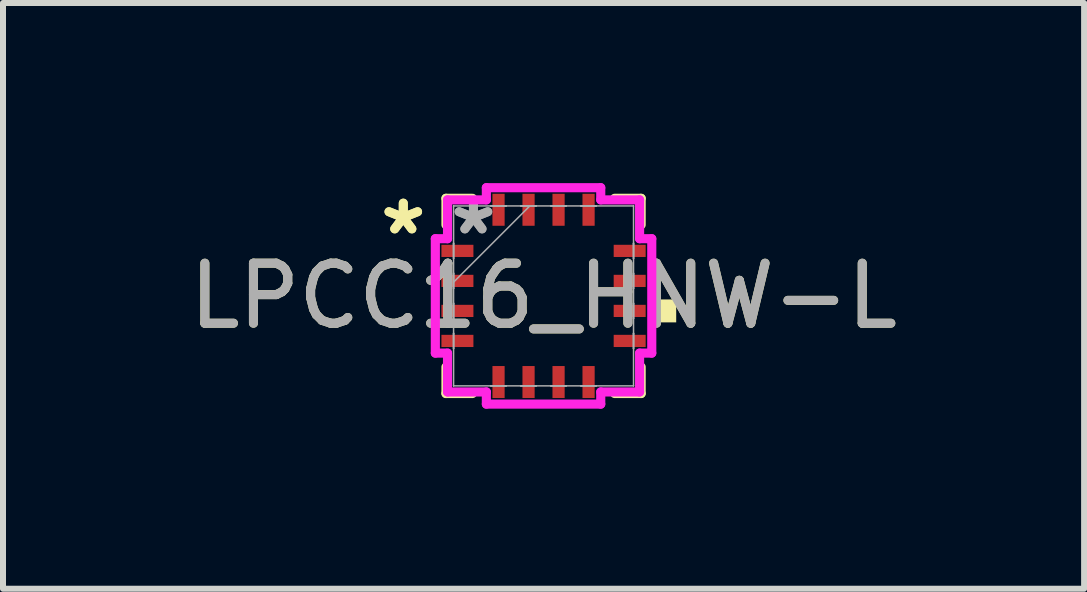
<source format=kicad_pcb>
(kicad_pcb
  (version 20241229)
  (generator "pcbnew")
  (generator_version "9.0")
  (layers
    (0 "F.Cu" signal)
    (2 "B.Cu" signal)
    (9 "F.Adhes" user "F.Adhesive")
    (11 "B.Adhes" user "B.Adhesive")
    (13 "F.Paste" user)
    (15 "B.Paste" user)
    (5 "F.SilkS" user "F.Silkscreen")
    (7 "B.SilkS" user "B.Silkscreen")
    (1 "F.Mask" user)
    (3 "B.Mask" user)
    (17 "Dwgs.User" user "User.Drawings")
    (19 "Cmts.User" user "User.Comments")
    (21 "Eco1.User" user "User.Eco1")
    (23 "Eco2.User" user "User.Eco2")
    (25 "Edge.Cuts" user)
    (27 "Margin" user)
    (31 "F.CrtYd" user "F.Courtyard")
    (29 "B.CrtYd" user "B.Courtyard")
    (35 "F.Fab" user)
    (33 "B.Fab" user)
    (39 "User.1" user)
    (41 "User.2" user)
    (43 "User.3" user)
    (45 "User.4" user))
  (footprint "LPCC16_HNW-L"
    (layer "F.Cu")
    (at 6.006 1.88)
    (property "Reference" "LPCC16_HNW-L" (at 0 0 0) (unlocked yes) (layer "F.SilkS") (effects (font (size 1 1) (thickness 0.15))))
    (attr smd)
    (fp_line (start -1.626 -1.626) (end -1.626 -1.184) (stroke (width 0.152) (type solid)) (layer "F.SilkS"))
    (fp_line (start -1.626 1.184) (end -1.626 1.626) (stroke (width 0.152) (type solid)) (layer "F.SilkS"))
    (fp_line (start -1.626 1.626) (end -1.184 1.626) (stroke (width 0.152) (type solid)) (layer "F.SilkS"))
    (fp_line (start -1.184 -1.626) (end -1.626 -1.626) (stroke (width 0.152) (type solid)) (layer "F.SilkS"))
    (fp_line (start 1.184 1.626) (end 1.626 1.626) (stroke (width 0.152) (type solid)) (layer "F.SilkS"))
    (fp_line (start 1.626 -1.626) (end 1.184 -1.626) (stroke (width 0.152) (type solid)) (layer "F.SilkS"))
    (fp_line (start 1.626 -1.184) (end 1.626 -1.626) (stroke (width 0.152) (type solid)) (layer "F.SilkS"))
    (fp_line (start 1.626 1.626) (end 1.626 1.184) (stroke (width 0.152) (type solid)) (layer "F.SilkS"))
    (fp_poly (pts (xy 2.21 0.059) (xy 2.21 0.441) (xy 1.956 0.441) (xy 1.956 0.059)) (stroke (width 0) (type solid)) (fill yes) (layer "F.SilkS"))
    (fp_line (start -1.803 -0.953) (end -1.6 -0.953) (stroke (width 0.152) (type solid)) (layer "F.CrtYd"))
    (fp_line (start -1.803 0.953) (end -1.803 -0.953) (stroke (width 0.152) (type solid)) (layer "F.CrtYd"))
    (fp_line (start -1.6 -1.6) (end -0.953 -1.6) (stroke (width 0.152) (type solid)) (layer "F.CrtYd"))
    (fp_line (start -1.6 -0.953) (end -1.6 -1.6) (stroke (width 0.152) (type solid)) (layer "F.CrtYd"))
    (fp_line (start -1.6 0.953) (end -1.803 0.953) (stroke (width 0.152) (type solid)) (layer "F.CrtYd"))
    (fp_line (start -1.6 1.6) (end -1.6 0.953) (stroke (width 0.152) (type solid)) (layer "F.CrtYd"))
    (fp_line (start -0.953 -1.803) (end 0.953 -1.803) (stroke (width 0.152) (type solid)) (layer "F.CrtYd"))
    (fp_line (start -0.953 -1.6) (end -0.953 -1.803) (stroke (width 0.152) (type solid)) (layer "F.CrtYd"))
    (fp_line (start -0.953 1.6) (end -1.6 1.6) (stroke (width 0.152) (type solid)) (layer "F.CrtYd"))
    (fp_line (start -0.953 1.803) (end -0.953 1.6) (stroke (width 0.152) (type solid)) (layer "F.CrtYd"))
    (fp_line (start 0.953 -1.803) (end 0.953 -1.6) (stroke (width 0.152) (type solid)) (layer "F.CrtYd"))
    (fp_line (start 0.953 -1.6) (end 1.6 -1.6) (stroke (width 0.152) (type solid)) (layer "F.CrtYd"))
    (fp_line (start 0.953 1.6) (end 0.953 1.803) (stroke (width 0.152) (type solid)) (layer "F.CrtYd"))
    (fp_line (start 0.953 1.803) (end -0.953 1.803) (stroke (width 0.152) (type solid)) (layer "F.CrtYd"))
    (fp_line (start 1.6 -1.6) (end 1.6 -0.953) (stroke (width 0.152) (type solid)) (layer "F.CrtYd"))
    (fp_line (start 1.6 -0.953) (end 1.803 -0.953) (stroke (width 0.152) (type solid)) (layer "F.CrtYd"))
    (fp_line (start 1.6 0.953) (end 1.6 1.6) (stroke (width 0.152) (type solid)) (layer "F.CrtYd"))
    (fp_line (start 1.6 1.6) (end 0.953 1.6) (stroke (width 0.152) (type solid)) (layer "F.CrtYd"))
    (fp_line (start 1.803 -0.953) (end 1.803 0.953) (stroke (width 0.152) (type solid)) (layer "F.CrtYd"))
    (fp_line (start 1.803 0.953) (end 1.6 0.953) (stroke (width 0.152) (type solid)) (layer "F.CrtYd"))
    (fp_line (start -1.499 -1.499) (end -1.499 -1.499) (stroke (width 0.025) (type solid)) (layer "F.Fab"))
    (fp_line (start -1.499 -1.499) (end -1.499 1.499) (stroke (width 0.025) (type solid)) (layer "F.Fab"))
    (fp_line (start -1.499 -0.877) (end -1.499 -0.877) (stroke (width 0.025) (type solid)) (layer "F.Fab"))
    (fp_line (start -1.499 -0.877) (end -1.499 -0.623) (stroke (width 0.025) (type solid)) (layer "F.Fab"))
    (fp_line (start -1.499 -0.623) (end -1.499 -0.877) (stroke (width 0.025) (type solid)) (layer "F.Fab"))
    (fp_line (start -1.499 -0.623) (end -1.499 -0.623) (stroke (width 0.025) (type solid)) (layer "F.Fab"))
    (fp_line (start -1.499 -0.377) (end -1.499 -0.377) (stroke (width 0.025) (type solid)) (layer "F.Fab"))
    (fp_line (start -1.499 -0.377) (end -1.499 -0.123) (stroke (width 0.025) (type solid)) (layer "F.Fab"))
    (fp_line (start -1.499 -0.229) (end -0.229 -1.499) (stroke (width 0.025) (type solid)) (layer "F.Fab"))
    (fp_line (start -1.499 -0.123) (end -1.499 -0.377) (stroke (width 0.025) (type solid)) (layer "F.Fab"))
    (fp_line (start -1.499 -0.123) (end -1.499 -0.123) (stroke (width 0.025) (type solid)) (layer "F.Fab"))
    (fp_line (start -1.499 0.123) (end -1.499 0.123) (stroke (width 0.025) (type solid)) (layer "F.Fab"))
    (fp_line (start -1.499 0.123) (end -1.499 0.377) (stroke (width 0.025) (type solid)) (layer "F.Fab"))
    (fp_line (start -1.499 0.377) (end -1.499 0.123) (stroke (width 0.025) (type solid)) (layer "F.Fab"))
    (fp_line (start -1.499 0.377) (end -1.499 0.377) (stroke (width 0.025) (type solid)) (layer "F.Fab"))
    (fp_line (start -1.499 0.623) (end -1.499 0.623) (stroke (width 0.025) (type solid)) (layer "F.Fab"))
    (fp_line (start -1.499 0.623) (end -1.499 0.877) (stroke (width 0.025) (type solid)) (layer "F.Fab"))
    (fp_line (start -1.499 0.877) (end -1.499 0.623) (stroke (width 0.025) (type solid)) (layer "F.Fab"))
    (fp_line (start -1.499 0.877) (end -1.499 0.877) (stroke (width 0.025) (type solid)) (layer "F.Fab"))
    (fp_line (start -1.499 1.499) (end -1.499 1.499) (stroke (width 0.025) (type solid)) (layer "F.Fab"))
    (fp_line (start -1.499 1.499) (end 1.499 1.499) (stroke (width 0.025) (type solid)) (layer "F.Fab"))
    (fp_line (start -0.877 -1.499) (end -0.877 -1.499) (stroke (width 0.025) (type solid)) (layer "F.Fab"))
    (fp_line (start -0.877 -1.499) (end -0.623 -1.499) (stroke (width 0.025) (type solid)) (layer "F.Fab"))
    (fp_line (start -0.877 1.499) (end -0.877 1.499) (stroke (width 0.025) (type solid)) (layer "F.Fab"))
    (fp_line (start -0.877 1.499) (end -0.623 1.499) (stroke (width 0.025) (type solid)) (layer "F.Fab"))
    (fp_line (start -0.623 -1.499) (end -0.877 -1.499) (stroke (width 0.025) (type solid)) (layer "F.Fab"))
    (fp_line (start -0.623 -1.499) (end -0.623 -1.499) (stroke (width 0.025) (type solid)) (layer "F.Fab"))
    (fp_line (start -0.623 1.499) (end -0.877 1.499) (stroke (width 0.025) (type solid)) (layer "F.Fab"))
    (fp_line (start -0.623 1.499) (end -0.623 1.499) (stroke (width 0.025) (type solid)) (layer "F.Fab"))
    (fp_line (start -0.377 -1.499) (end -0.377 -1.499) (stroke (width 0.025) (type solid)) (layer "F.Fab"))
    (fp_line (start -0.377 -1.499) (end -0.123 -1.499) (stroke (width 0.025) (type solid)) (layer "F.Fab"))
    (fp_line (start -0.377 1.499) (end -0.377 1.499) (stroke (width 0.025) (type solid)) (layer "F.Fab"))
    (fp_line (start -0.377 1.499) (end -0.123 1.499) (stroke (width 0.025) (type solid)) (layer "F.Fab"))
    (fp_line (start -0.123 -1.499) (end -0.377 -1.499) (stroke (width 0.025) (type solid)) (layer "F.Fab"))
    (fp_line (start -0.123 -1.499) (end -0.123 -1.499) (stroke (width 0.025) (type solid)) (layer "F.Fab"))
    (fp_line (start -0.123 1.499) (end -0.377 1.499) (stroke (width 0.025) (type solid)) (layer "F.Fab"))
    (fp_line (start -0.123 1.499) (end -0.123 1.499) (stroke (width 0.025) (type solid)) (layer "F.Fab"))
    (fp_line (start 0.123 -1.499) (end 0.123 -1.499) (stroke (width 0.025) (type solid)) (layer "F.Fab"))
    (fp_line (start 0.123 -1.499) (end 0.377 -1.499) (stroke (width 0.025) (type solid)) (layer "F.Fab"))
    (fp_line (start 0.123 1.499) (end 0.123 1.499) (stroke (width 0.025) (type solid)) (layer "F.Fab"))
    (fp_line (start 0.123 1.499) (end 0.377 1.499) (stroke (width 0.025) (type solid)) (layer "F.Fab"))
    (fp_line (start 0.377 -1.499) (end 0.123 -1.499) (stroke (width 0.025) (type solid)) (layer "F.Fab"))
    (fp_line (start 0.377 -1.499) (end 0.377 -1.499) (stroke (width 0.025) (type solid)) (layer "F.Fab"))
    (fp_line (start 0.377 1.499) (end 0.123 1.499) (stroke (width 0.025) (type solid)) (layer "F.Fab"))
    (fp_line (start 0.377 1.499) (end 0.377 1.499) (stroke (width 0.025) (type solid)) (layer "F.Fab"))
    (fp_line (start 0.623 -1.499) (end 0.623 -1.499) (stroke (width 0.025) (type solid)) (layer "F.Fab"))
    (fp_line (start 0.623 -1.499) (end 0.877 -1.499) (stroke (width 0.025) (type solid)) (layer "F.Fab"))
    (fp_line (start 0.623 1.499) (end 0.623 1.499) (stroke (width 0.025) (type solid)) (layer "F.Fab"))
    (fp_line (start 0.623 1.499) (end 0.877 1.499) (stroke (width 0.025) (type solid)) (layer "F.Fab"))
    (fp_line (start 0.877 -1.499) (end 0.623 -1.499) (stroke (width 0.025) (type solid)) (layer "F.Fab"))
    (fp_line (start 0.877 -1.499) (end 0.877 -1.499) (stroke (width 0.025) (type solid)) (layer "F.Fab"))
    (fp_line (start 0.877 1.499) (end 0.623 1.499) (stroke (width 0.025) (type solid)) (layer "F.Fab"))
    (fp_line (start 0.877 1.499) (end 0.877 1.499) (stroke (width 0.025) (type solid)) (layer "F.Fab"))
    (fp_line (start 1.499 -1.499) (end -1.499 -1.499) (stroke (width 0.025) (type solid)) (layer "F.Fab"))
    (fp_line (start 1.499 -1.499) (end 1.499 -1.499) (stroke (width 0.025) (type solid)) (layer "F.Fab"))
    (fp_line (start 1.499 -0.877) (end 1.499 -0.877) (stroke (width 0.025) (type solid)) (layer "F.Fab"))
    (fp_line (start 1.499 -0.877) (end 1.499 -0.623) (stroke (width 0.025) (type solid)) (layer "F.Fab"))
    (fp_line (start 1.499 -0.623) (end 1.499 -0.877) (stroke (width 0.025) (type solid)) (layer "F.Fab"))
    (fp_line (start 1.499 -0.623) (end 1.499 -0.623) (stroke (width 0.025) (type solid)) (layer "F.Fab"))
    (fp_line (start 1.499 -0.377) (end 1.499 -0.377) (stroke (width 0.025) (type solid)) (layer "F.Fab"))
    (fp_line (start 1.499 -0.377) (end 1.499 -0.123) (stroke (width 0.025) (type solid)) (layer "F.Fab"))
    (fp_line (start 1.499 -0.123) (end 1.499 -0.377) (stroke (width 0.025) (type solid)) (layer "F.Fab"))
    (fp_line (start 1.499 -0.123) (end 1.499 -0.123) (stroke (width 0.025) (type solid)) (layer "F.Fab"))
    (fp_line (start 1.499 0.123) (end 1.499 0.123) (stroke (width 0.025) (type solid)) (layer "F.Fab"))
    (fp_line (start 1.499 0.123) (end 1.499 0.377) (stroke (width 0.025) (type solid)) (layer "F.Fab"))
    (fp_line (start 1.499 0.377) (end 1.499 0.123) (stroke (width 0.025) (type solid)) (layer "F.Fab"))
    (fp_line (start 1.499 0.377) (end 1.499 0.377) (stroke (width 0.025) (type solid)) (layer "F.Fab"))
    (fp_line (start 1.499 0.623) (end 1.499 0.623) (stroke (width 0.025) (type solid)) (layer "F.Fab"))
    (fp_line (start 1.499 0.623) (end 1.499 0.877) (stroke (width 0.025) (type solid)) (layer "F.Fab"))
    (fp_line (start 1.499 0.877) (end 1.499 0.623) (stroke (width 0.025) (type solid)) (layer "F.Fab"))
    (fp_line (start 1.499 0.877) (end 1.499 0.877) (stroke (width 0.025) (type solid)) (layer "F.Fab"))
    (fp_line (start 1.499 1.499) (end 1.499 -1.499) (stroke (width 0.025) (type solid)) (layer "F.Fab"))
    (fp_line (start 1.499 1.499) (end 1.499 1.499) (stroke (width 0.025) (type solid)) (layer "F.Fab"))
    (fp_text user "*" (at -2.337 -1 0) (unlocked yes) (layer "F.SilkS") (effects (font (size 1 1) (thickness 0.15))))
    (fp_text user "*" (at -2.337 -1 0) (layer "F.SilkS") (effects (font (size 1 1) (thickness 0.15))))
    (fp_text user "${REFERENCE}" (at 0 0 0) (unlocked yes) (layer "F.Fab") (effects (font (size 1 1) (thickness 0.15))))
    (fp_text user "*" (at -1.168 -1 0) (layer "F.Fab") (effects (font (size 1 1) (thickness 0.15))))
    (fp_text user "*" (at -1.168 -1 0) (unlocked yes) (layer "F.Fab") (effects (font (size 1 1) (thickness 0.15))))
    (pad "1" smd rect (at -1.435 -0.75 90) (size 0.203 0.533) (layers "F.Cu" "F.Mask" "F.Paste"))
    (pad "2" smd rect (at -1.435 -0.25 90) (size 0.203 0.533) (layers "F.Cu" "F.Mask" "F.Paste"))
    (pad "3" smd rect (at -1.435 0.25 90) (size 0.203 0.533) (layers "F.Cu" "F.Mask" "F.Paste"))
    (pad "4" smd rect (at -1.435 0.75 90) (size 0.203 0.533) (layers "F.Cu" "F.Mask" "F.Paste"))
    (pad "5" smd rect (at -0.75 1.435) (size 0.203 0.533) (layers "F.Cu" "F.Mask" "F.Paste"))
    (pad "6" smd rect (at -0.25 1.435) (size 0.203 0.533) (layers "F.Cu" "F.Mask" "F.Paste"))
    (pad "7" smd rect (at 0.25 1.435) (size 0.203 0.533) (layers "F.Cu" "F.Mask" "F.Paste"))
    (pad "8" smd rect (at 0.75 1.435) (size 0.203 0.533) (layers "F.Cu" "F.Mask" "F.Paste"))
    (pad "9" smd rect (at 1.435 0.75 90) (size 0.203 0.533) (layers "F.Cu" "F.Mask" "F.Paste"))
    (pad "10" smd rect (at 1.435 0.25 90) (size 0.203 0.533) (layers "F.Cu" "F.Mask" "F.Paste"))
    (pad "11" smd rect (at 1.435 -0.25 90) (size 0.203 0.533) (layers "F.Cu" "F.Mask" "F.Paste"))
    (pad "12" smd rect (at 1.435 -0.75 90) (size 0.203 0.533) (layers "F.Cu" "F.Mask" "F.Paste"))
    (pad "13" smd rect (at 0.75 -1.435) (size 0.203 0.533) (layers "F.Cu" "F.Mask" "F.Paste"))
    (pad "14" smd rect (at 0.25 -1.435) (size 0.203 0.533) (layers "F.Cu" "F.Mask" "F.Paste"))
    (pad "15" smd rect (at -0.25 -1.435) (size 0.203 0.533) (layers "F.Cu" "F.Mask" "F.Paste"))
    (pad "16" smd rect (at -0.75 -1.435) (size 0.203 0.533) (layers "F.Cu" "F.Mask" "F.Paste")))
  (gr_rect
    (start -3 -3)
    (end 15.012 6.759)
    (stroke (width 0.1) (type default))
    (fill no)
    (layer "Edge.Cuts")))
</source>
